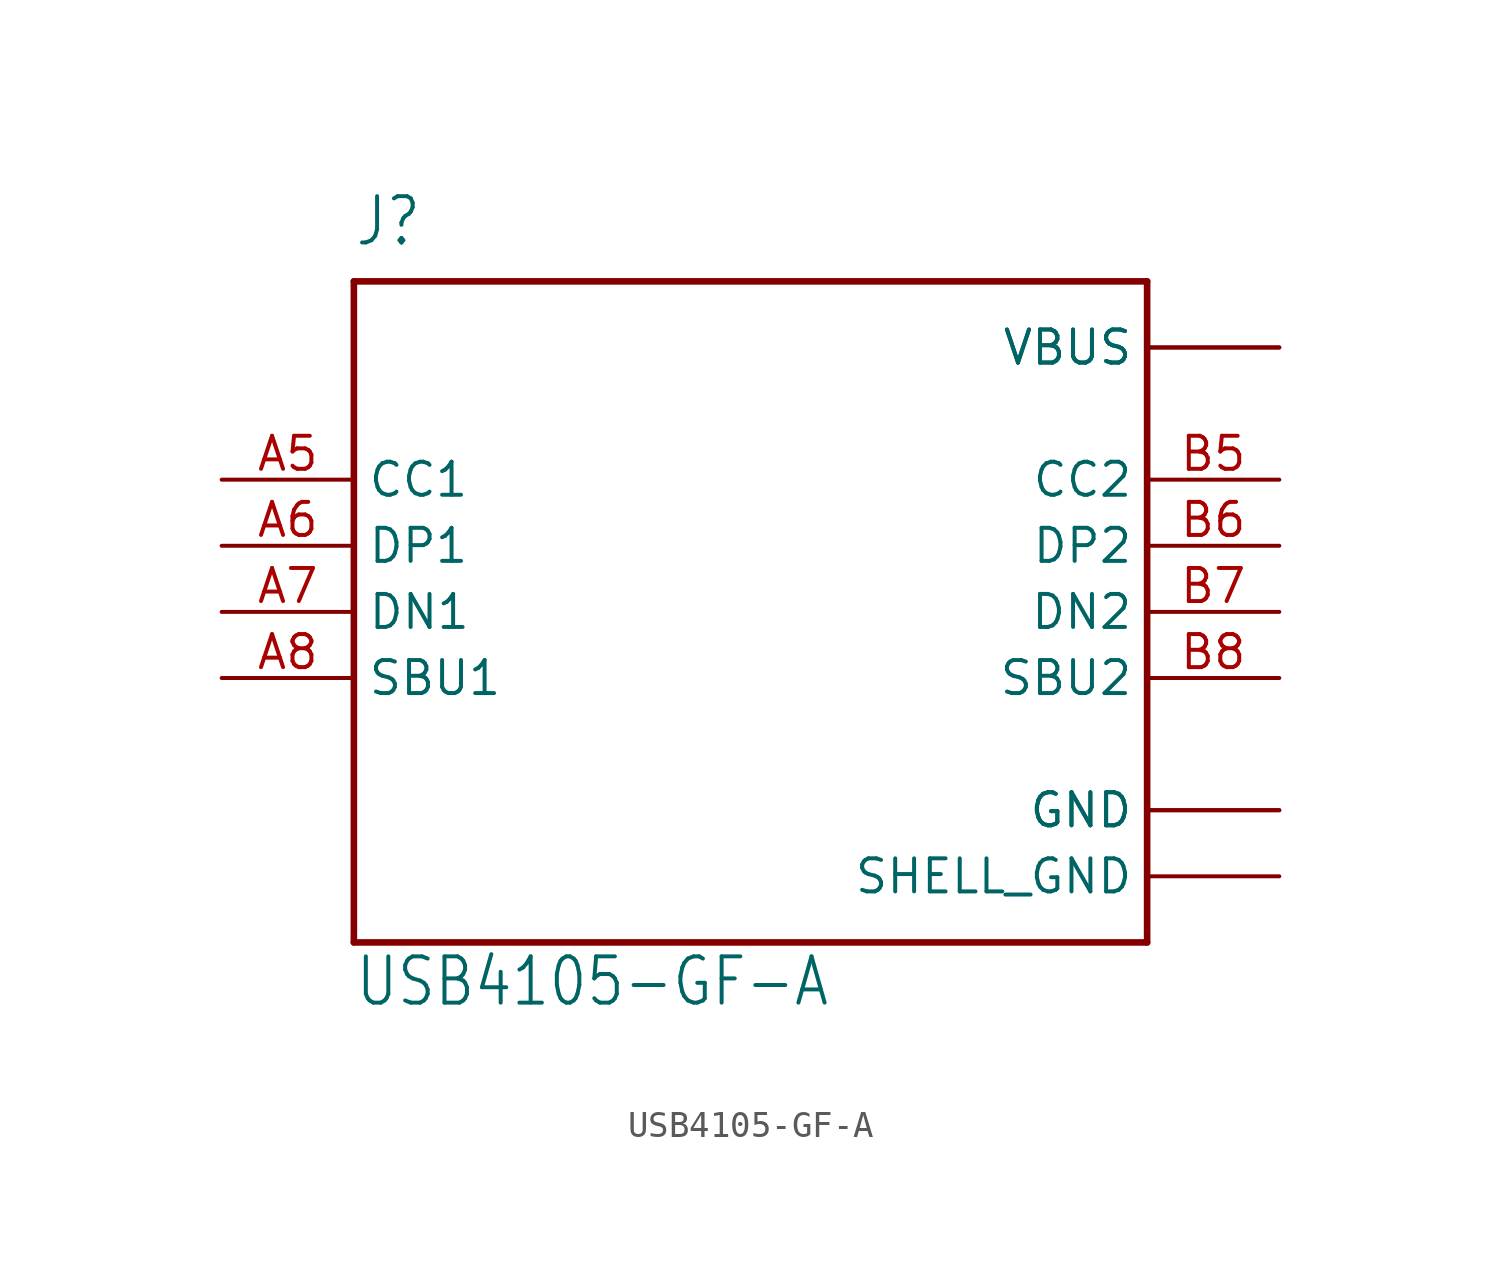
<source format=kicad_sym>
(kicad_symbol_lib
  (version 20211014)
  (generator kicad_symbol_editor)
  (symbol "USB4105-GF-A"
    (property "Reference" "J"
      (at -15.24 13.97 0)
      (effects (font (size 1.778 1.511)) (justify left bottom)))
    (property "Value" "USB4105-GF-A"
      (at -15.24 -15.24 0)
      (effects (font (size 1.778 1.511)) (justify left bottom)))
    (property "ki_locked" ""
      (at 0 0 0)
      (effects (font (size 1.27 1.27))))
    (symbol "USB4105-GF-A_1_0"
      (polyline (pts (xy -15.24 -12.7) (xy -15.24 12.7)) (stroke (width 0.254) (type default) (color 0 0 0 0)) (fill (type none)))
      (polyline (pts (xy -15.24 12.7) (xy 15.24 12.7)) (stroke (width 0.254) (type default) (color 0 0 0 0)) (fill (type none)))
      (polyline (pts (xy 15.24 -12.7) (xy -15.24 -12.7)) (stroke (width 0.254) (type default) (color 0 0 0 0)) (fill (type none)))
      (polyline (pts (xy 15.24 12.7) (xy 15.24 -12.7)) (stroke (width 0.254) (type default) (color 0 0 0 0)) (fill (type none)))
      (pin power_in line (at 20.32 -7.62 180) (length 5.08) (name "GND" (effects (font (size 1.27 1.27)))) (number "A1_B12" (effects (font (size 0 0)))))
      (pin power_in line (at 20.32 10.16 180) (length 5.08) (name "VBUS" (effects (font (size 1.27 1.27)))) (number "A4_B9" (effects (font (size 0 0)))))
      (pin bidirectional line (at -20.32 5.08 0) (length 5.08) (name "CC1" (effects (font (size 1.27 1.27)))) (number "A5" (effects (font (size 1.27 1.27)))))
      (pin bidirectional line (at -20.32 2.54 0) (length 5.08) (name "DP1" (effects (font (size 1.27 1.27)))) (number "A6" (effects (font (size 1.27 1.27)))))
      (pin bidirectional line (at -20.32 0 0) (length 5.08) (name "DN1" (effects (font (size 1.27 1.27)))) (number "A7" (effects (font (size 1.27 1.27)))))
      (pin bidirectional line (at -20.32 -2.54 0) (length 5.08) (name "SBU1" (effects (font (size 1.27 1.27)))) (number "A8" (effects (font (size 1.27 1.27)))))
      (pin power_in line (at 20.32 -7.62 180) (length 5.08) (name "GND" (effects (font (size 1.27 1.27)))) (number "B1_A12" (effects (font (size 0 0)))))
      (pin power_in line (at 20.32 10.16 180) (length 5.08) (name "VBUS" (effects (font (size 1.27 1.27)))) (number "B4_A9" (effects (font (size 0 0)))))
      (pin bidirectional line (at 20.32 5.08 180) (length 5.08) (name "CC2" (effects (font (size 1.27 1.27)))) (number "B5" (effects (font (size 1.27 1.27)))))
      (pin bidirectional line (at 20.32 2.54 180) (length 5.08) (name "DP2" (effects (font (size 1.27 1.27)))) (number "B6" (effects (font (size 1.27 1.27)))))
      (pin bidirectional line (at 20.32 0 180) (length 5.08) (name "DN2" (effects (font (size 1.27 1.27)))) (number "B7" (effects (font (size 1.27 1.27)))))
      (pin bidirectional line (at 20.32 -2.54 180) (length 5.08) (name "SBU2" (effects (font (size 1.27 1.27)))) (number "B8" (effects (font (size 1.27 1.27)))))
      (pin power_in line (at 20.32 -10.16 180) (length 5.08) (name "SHELL_GND" (effects (font (size 1.27 1.27)))) (number "S1" (effects (font (size 0 0))))))))
</source>
